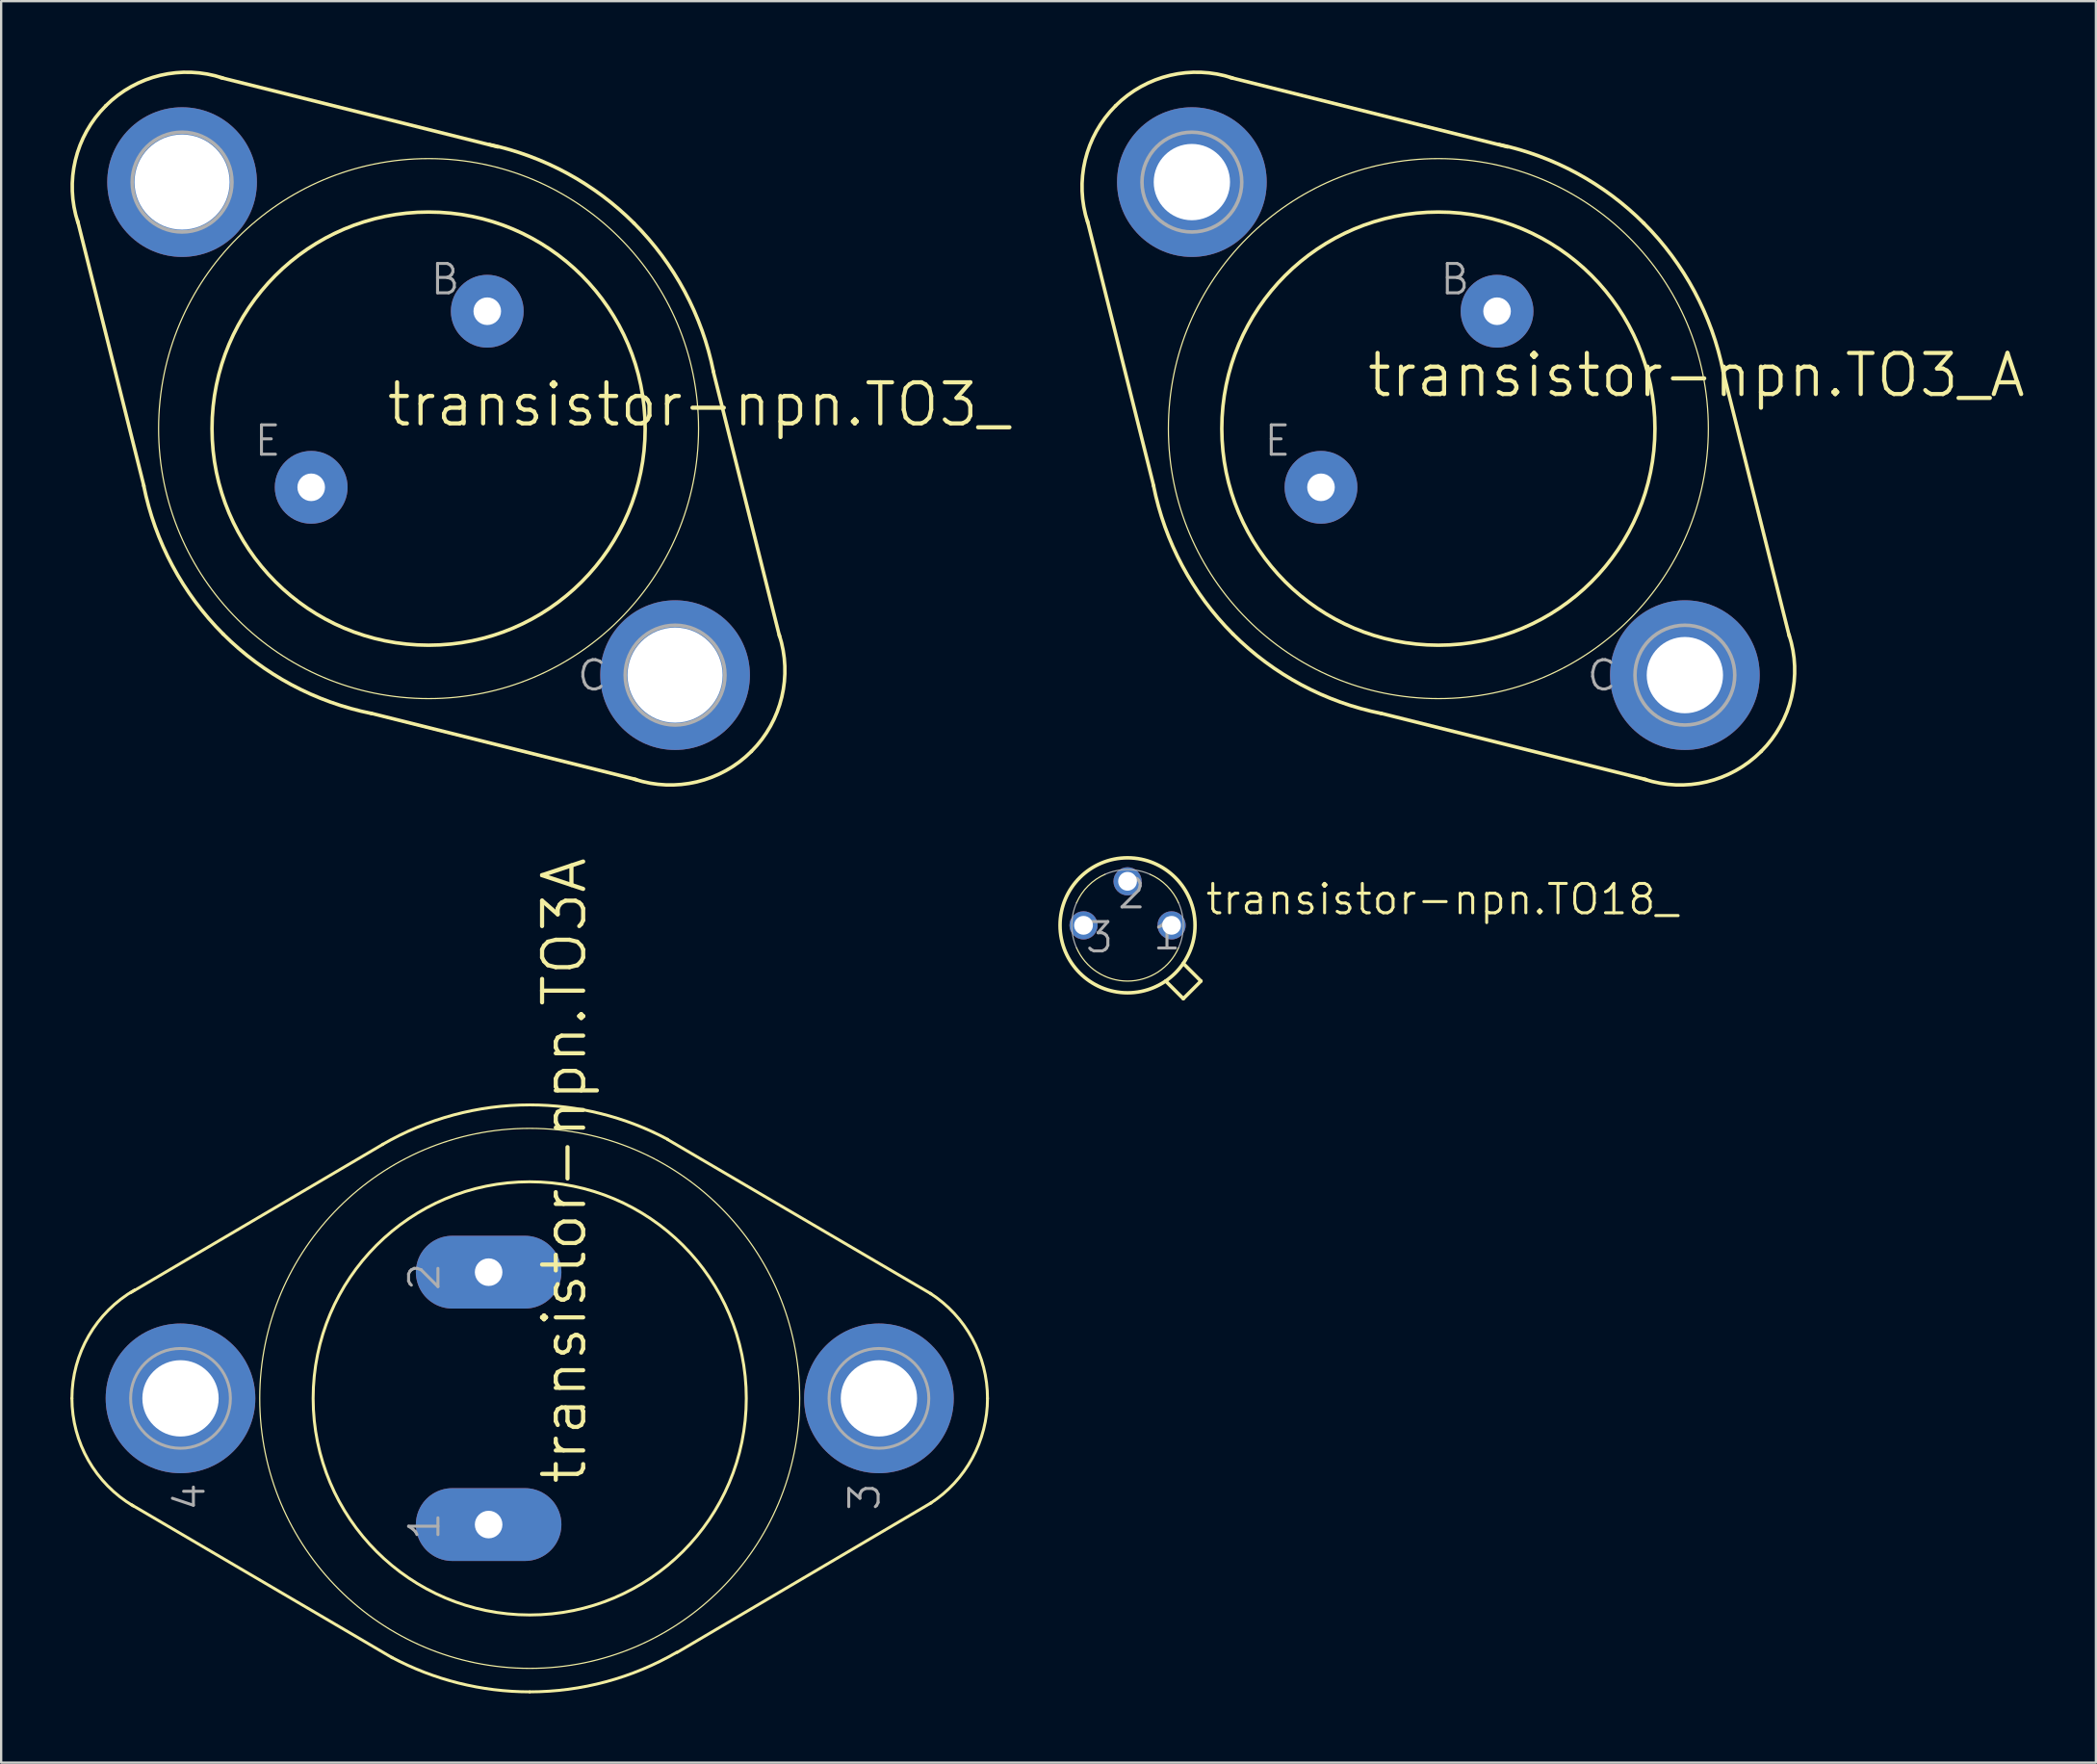
<source format=kicad_pcb>
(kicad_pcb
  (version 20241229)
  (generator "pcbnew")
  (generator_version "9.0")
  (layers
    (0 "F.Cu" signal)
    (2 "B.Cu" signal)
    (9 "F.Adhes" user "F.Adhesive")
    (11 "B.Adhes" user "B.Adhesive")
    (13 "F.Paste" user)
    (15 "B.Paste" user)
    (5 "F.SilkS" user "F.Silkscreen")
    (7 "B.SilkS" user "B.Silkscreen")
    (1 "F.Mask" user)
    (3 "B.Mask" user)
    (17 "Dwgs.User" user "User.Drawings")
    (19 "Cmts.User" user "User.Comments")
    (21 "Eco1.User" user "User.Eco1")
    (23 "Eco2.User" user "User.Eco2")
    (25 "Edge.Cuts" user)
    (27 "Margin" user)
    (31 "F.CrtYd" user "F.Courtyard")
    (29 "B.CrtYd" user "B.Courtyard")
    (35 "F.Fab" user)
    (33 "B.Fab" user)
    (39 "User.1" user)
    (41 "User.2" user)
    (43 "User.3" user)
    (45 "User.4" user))
  (footprint "transistor-npn.TO3_A"
    (layer "F.Cu")
    (at 59.2 15.498)
    (property "Reference" "transistor-npn.TO3_A" (at -3.175 -1.27 0) (layer "F.SilkS") (effects (font (size 1.778 1.778) (thickness 0.18)) (justify left bottom)))
    (attr through_hole)
    (fp_line (start -15.189 -8.992) (end -12.319 2.489) (stroke (width 0.152) (type default)) (layer "F.SilkS"))
    (fp_line (start -8.992 -15.189) (end 2.997 -12.192) (stroke (width 0.152) (type default)) (layer "F.SilkS"))
    (fp_line (start 8.992 15.189) (end -2.489 12.319) (stroke (width 0.152) (type default)) (layer "F.SilkS"))
    (fp_line (start 15.189 8.992) (end 12.319 -2.489) (stroke (width 0.152) (type default)) (layer "F.SilkS"))
    (fp_arc (start -15.1758 -8.9223) (mid -15.286174 -11.616517) (end -13.9699 -13.9699) (stroke (width 0.1524) (type default)) (layer "F.SilkS"))
    (fp_arc (start -13.97 -13.97) (mid -11.611482 -15.287626) (end -8.9123 -15.1729) (stroke (width 0.1524) (type default)) (layer "F.SilkS"))
    (fp_arc (start -8.89 8.89) (mid -11.08473 5.932347) (end -12.3282 2.4656) (stroke (width 0.1524) (type default)) (layer "F.SilkS"))
    (fp_arc (start -2.4656 12.3282) (mid -5.932347 11.08473) (end -8.89 8.89) (stroke (width 0.1524) (type default)) (layer "F.SilkS"))
    (fp_arc (start 2.6343 -12.2933) (mid 6.008158 -11.043844) (end 8.89 -8.89) (stroke (width 0.1524) (type default)) (layer "F.SilkS"))
    (fp_arc (start 8.89 -8.89) (mid 11.08473 -5.932347) (end 12.3282 -2.4656) (stroke (width 0.1524) (type default)) (layer "F.SilkS"))
    (fp_arc (start 13.9696 13.9696) (mid 11.611285 15.287182) (end 8.9123 15.1725) (stroke (width 0.1524) (type default)) (layer "F.SilkS"))
    (fp_arc (start 15.1759 8.9223) (mid 15.286284 11.616566) (end 13.97 13.97) (stroke (width 0.1524) (type default)) (layer "F.SilkS"))
    (fp_circle (center 0 0) (end 9.373 0) (stroke (width 0.152) (type default)) (fill no) (layer "F.SilkS"))
    (fp_circle (center 0 0) (end 11.684 0) (stroke (width 0.051) (type default)) (fill no) (layer "F.SilkS"))
    (fp_circle (center -10.668 -10.668) (end -8.509 -10.668) (stroke (width 0.152) (type default)) (fill no) (layer "F.Fab"))
    (fp_circle (center 10.668 10.668) (end 12.827 10.668) (stroke (width 0.152) (type default)) (fill no) (layer "F.Fab"))
    (fp_text user "B" (at 0 -5.715 0) (layer "F.Fab") (effects (font (size 1.27 1.27) (thickness 0.13)) (justify left bottom)))
    (fp_text user "E" (at -7.62 1.27 0) (layer "F.Fab") (effects (font (size 1.27 1.27) (thickness 0.13)) (justify left bottom)))
    (fp_text user "C" (at 6.35 11.43 0) (layer "F.Fab") (effects (font (size 1.27 1.27) (thickness 0.13)) (justify left bottom)))
    (pad "B" thru_hole circle (at 2.54 -5.08) (size 3.15 3.15) (drill 1.194) (layers "*.Cu" "*.Mask"))
    (pad "C" thru_hole circle (at 10.668 10.668) (size 6.477 6.477) (drill 3.302) (layers "*.Cu" "*.Mask"))
    (pad "C/" thru_hole circle (at -10.668 -10.668) (size 6.477 6.477) (drill 3.302) (layers "*.Cu" "*.Mask"))
    (pad "E" thru_hole circle (at -5.08 2.54) (size 3.15 3.15) (drill 1.194) (layers "*.Cu" "*.Mask")))
  (footprint "transistor-npn.TO18_"
    (layer "F.Cu")
    (at 45.748 36.993)
    (property "Reference" "transistor-npn.TO18_" (at 3.302 -0.381 0) (layer "F.SilkS") (effects (font (size 1.27 1.27) (thickness 0.13)) (justify left bottom)))
    (attr through_hole)
    (fp_line (start 1.649 2.411) (end 2.413 3.175) (stroke (width 0.152) (type default)) (layer "F.SilkS"))
    (fp_line (start 2.411 1.649) (end 3.175 2.413) (stroke (width 0.152) (type default)) (layer "F.SilkS"))
    (fp_line (start 2.413 3.175) (end 3.175 2.413) (stroke (width 0.152) (type default)) (layer "F.SilkS"))
    (fp_arc (start -2.2098 -0.9692) (mid -1.706248 -1.706248) (end -0.9692 -2.2098) (stroke (width 0.0508) (type default)) (layer "F.SilkS"))
    (fp_arc (start 0.9692 -2.2098) (mid 1.706248 -1.706248) (end 2.2098 -0.9692) (stroke (width 0.0508) (type default)) (layer "F.SilkS"))
    (fp_arc (start 2.2098 0.9692) (mid 0 2.412995) (end -2.2098 0.9692) (stroke (width 0.0508) (type default)) (layer "F.SilkS"))
    (fp_circle (center 0 0) (end 2.921 0) (stroke (width 0.152) (type default)) (fill no) (layer "F.SilkS"))
    (fp_arc (start -2.2098 0.9692) (mid -2.412999 0) (end -2.2098 -0.9692) (stroke (width 0.0508) (type default)) (layer "F.Fab"))
    (fp_arc (start -0.9692 -2.2098) (mid 0 -2.412999) (end 0.9692 -2.2098) (stroke (width 0.0508) (type default)) (layer "F.Fab"))
    (fp_arc (start 2.2098 -0.9692) (mid 2.412999 0) (end 2.2098 0.9692) (stroke (width 0.0508) (type default)) (layer "F.Fab"))
    (fp_text user "1" (at 1.016 1.143 0) (layer "F.Fab") (effects (font (size 1.27 1.27) (thickness 0.13)) (justify left bottom)))
    (fp_text user "3" (at -1.905 1.27 0) (layer "F.Fab") (effects (font (size 1.27 1.27) (thickness 0.13)) (justify left bottom)))
    (fp_text user "2" (at -0.508 -0.635 0) (layer "F.Fab") (effects (font (size 1.27 1.27) (thickness 0.13)) (justify left bottom)))
    (pad "1" thru_hole circle (at 1.905 0) (size 1.219 1.219) (drill 0.813) (layers "*.Cu" "*.Mask"))
    (pad "2" thru_hole circle (at 0 -1.905) (size 1.219 1.219) (drill 0.813) (layers "*.Cu" "*.Mask"))
    (pad "3" thru_hole circle (at -1.905 0) (size 1.219 1.219) (drill 0.813) (layers "*.Cu" "*.Mask")))
  (footprint "transistor-npn.TO3_"
    (layer "F.Cu")
    (at 15.498 15.498)
    (property "Reference" "transistor-npn.TO3_" (at -1.905 0 0) (layer "F.SilkS") (effects (font (size 1.778 1.778) (thickness 0.18)) (justify left bottom)))
    (attr through_hole)
    (fp_line (start -15.189 -8.992) (end -12.319 2.489) (stroke (width 0.152) (type default)) (layer "F.SilkS"))
    (fp_line (start -8.992 -15.189) (end 2.997 -12.192) (stroke (width 0.152) (type default)) (layer "F.SilkS"))
    (fp_line (start 8.992 15.189) (end -2.489 12.319) (stroke (width 0.152) (type default)) (layer "F.SilkS"))
    (fp_line (start 15.189 8.992) (end 12.319 -2.489) (stroke (width 0.152) (type default)) (layer "F.SilkS"))
    (fp_arc (start -15.1758 -8.9223) (mid -15.286174 -11.616517) (end -13.9699 -13.9699) (stroke (width 0.1524) (type default)) (layer "F.SilkS"))
    (fp_arc (start -13.97 -13.97) (mid -11.611482 -15.287626) (end -8.9123 -15.1729) (stroke (width 0.1524) (type default)) (layer "F.SilkS"))
    (fp_arc (start -8.89 8.89) (mid -11.08473 5.932347) (end -12.3282 2.4656) (stroke (width 0.1524) (type default)) (layer "F.SilkS"))
    (fp_arc (start -2.4656 12.3282) (mid -5.932347 11.08473) (end -8.89 8.89) (stroke (width 0.1524) (type default)) (layer "F.SilkS"))
    (fp_arc (start 2.6343 -12.2933) (mid 6.008158 -11.043844) (end 8.89 -8.89) (stroke (width 0.1524) (type default)) (layer "F.SilkS"))
    (fp_arc (start 8.89 -8.89) (mid 11.08473 -5.932347) (end 12.3282 -2.4656) (stroke (width 0.1524) (type default)) (layer "F.SilkS"))
    (fp_arc (start 13.9696 13.9696) (mid 11.611285 15.287182) (end 8.9123 15.1725) (stroke (width 0.1524) (type default)) (layer "F.SilkS"))
    (fp_arc (start 15.1759 8.9223) (mid 15.286284 11.616566) (end 13.97 13.97) (stroke (width 0.1524) (type default)) (layer "F.SilkS"))
    (fp_circle (center 0 0) (end 9.373 0) (stroke (width 0.152) (type default)) (fill no) (layer "F.SilkS"))
    (fp_circle (center 0 0) (end 11.684 0) (stroke (width 0.051) (type default)) (fill no) (layer "F.SilkS"))
    (fp_circle (center -10.668 -10.668) (end -8.509 -10.668) (stroke (width 0.152) (type default)) (fill no) (layer "F.Fab"))
    (fp_circle (center 10.668 10.668) (end 12.827 10.668) (stroke (width 0.152) (type default)) (fill no) (layer "F.Fab"))
    (fp_text user "C" (at 6.35 11.43 0) (layer "F.Fab") (effects (font (size 1.27 1.27) (thickness 0.13)) (justify left bottom)))
    (fp_text user "E" (at -7.62 1.27 0) (layer "F.Fab") (effects (font (size 1.27 1.27) (thickness 0.13)) (justify left bottom)))
    (fp_text user "B" (at 0 -5.715 0) (layer "F.Fab") (effects (font (size 1.27 1.27) (thickness 0.13)) (justify left bottom)))
    (pad "B" thru_hole circle (at 2.54 -5.08) (size 3.15 3.15) (drill 1.194) (layers "*.Cu" "*.Mask"))
    (pad "C" thru_hole circle (at 10.668 10.668) (size 6.477 6.477) (drill 4.115) (layers "*.Cu" "*.Mask"))
    (pad "C/" thru_hole circle (at -10.668 -10.668) (size 6.477 6.477) (drill 4.115) (layers "*.Cu" "*.Mask"))
    (pad "E" thru_hole circle (at -5.08 2.54) (size 3.15 3.15) (drill 1.194) (layers "*.Cu" "*.Mask")))
  (footprint "transistor-npn.TO3A"
    (layer "F.Cu")
    (at 19.875 57.464)
    (property "Reference" "transistor-npn.TO3A" (at 2.54 3.81 90) (layer "F.SilkS") (effects (font (size 1.778 1.778) (thickness 0.18)) (justify left bottom)))
    (attr through_hole)
    (fp_line (start -6.35 -10.998) (end -17.272 -4.572) (stroke (width 0.127) (type default)) (layer "F.SilkS"))
    (fp_line (start -5.944 11.227) (end -17.247 4.597) (stroke (width 0.127) (type default)) (layer "F.SilkS"))
    (fp_line (start 5.969 -11.201) (end 17.374 -4.521) (stroke (width 0.127) (type default)) (layer "F.SilkS"))
    (fp_line (start 6.375 10.998) (end 17.374 4.521) (stroke (width 0.127) (type default)) (layer "F.SilkS"))
    (fp_arc (start -19.812 0) (mid -19.08306 -2.712168) (end -17.0927 -4.6935) (stroke (width 0.127) (type default)) (layer "F.SilkS"))
    (fp_arc (start -17.1555 4.657) (mid -19.101186 2.680705) (end -19.812 0) (stroke (width 0.127) (type default)) (layer "F.SilkS"))
    (fp_arc (start -6.3718 -10.9859) (mid -3.299165 -12.263988) (end 0 -12.7) (stroke (width 0.127) (type default)) (layer "F.SilkS"))
    (fp_arc (start 0 -12.7) (mid 3.080216 -12.320822) (end 5.9765 -11.2059) (stroke (width 0.127) (type default)) (layer "F.SilkS"))
    (fp_arc (start 0 12.7) (mid -3.080216 12.320822) (end -5.9765 11.2059) (stroke (width 0.127) (type default)) (layer "F.SilkS"))
    (fp_arc (start 6.3718 10.9859) (mid 3.299165 12.263988) (end 0 12.7) (stroke (width 0.127) (type default)) (layer "F.SilkS"))
    (fp_arc (start 17.3366 -4.545) (mid 19.153011 -2.587691) (end 19.812 0) (stroke (width 0.127) (type default)) (layer "F.SilkS"))
    (fp_arc (start 19.812 0) (mid 19.153011 2.587691) (end 17.3366 4.545) (stroke (width 0.127) (type default)) (layer "F.SilkS"))
    (fp_circle (center 0 0) (end 9.373 0) (stroke (width 0.127) (type default)) (fill no) (layer "F.SilkS"))
    (fp_circle (center 0 0) (end 11.684 0) (stroke (width 0.051) (type default)) (fill no) (layer "F.SilkS"))
    (fp_circle (center -15.113 0) (end -12.954 0) (stroke (width 0.127) (type default)) (fill no) (layer "F.Fab"))
    (fp_circle (center 15.113 0) (end 17.272 0) (stroke (width 0.127) (type default)) (fill no) (layer "F.Fab"))
    (fp_text user "1" (at -3.81 6.223 90) (layer "F.Fab") (effects (font (size 1.27 1.27) (thickness 0.13)) (justify left bottom)))
    (fp_text user "4" (at -13.97 4.953 90) (layer "F.Fab") (effects (font (size 1.27 1.27) (thickness 0.13)) (justify left bottom)))
    (fp_text user "2" (at -3.81 -4.572 90) (layer "F.Fab") (effects (font (size 1.27 1.27) (thickness 0.13)) (justify left bottom)))
    (fp_text user "3" (at 15.24 4.953 90) (layer "F.Fab") (effects (font (size 1.27 1.27) (thickness 0.13)) (justify left bottom)))
    (pad "1" thru_hole oval (at -1.778 5.461) (size 6.299 3.15) (drill 1.194) (layers "*.Cu" "*.Mask"))
    (pad "2" thru_hole oval (at -1.778 -5.461) (size 6.299 3.15) (drill 1.194) (layers "*.Cu" "*.Mask"))
    (pad "3" thru_hole circle (at 15.113 0) (size 6.477 6.477) (drill 3.302) (layers "*.Cu" "*.Mask"))
    (pad "4" thru_hole circle (at -15.113 0) (size 6.477 6.477) (drill 3.302) (layers "*.Cu" "*.Mask")))
  (gr_rect
    (start -3 -3)
    (end 87.657 73.228)
    (stroke (width 0.1) (type default))
    (fill no)
    (layer "Edge.Cuts")))
</source>
